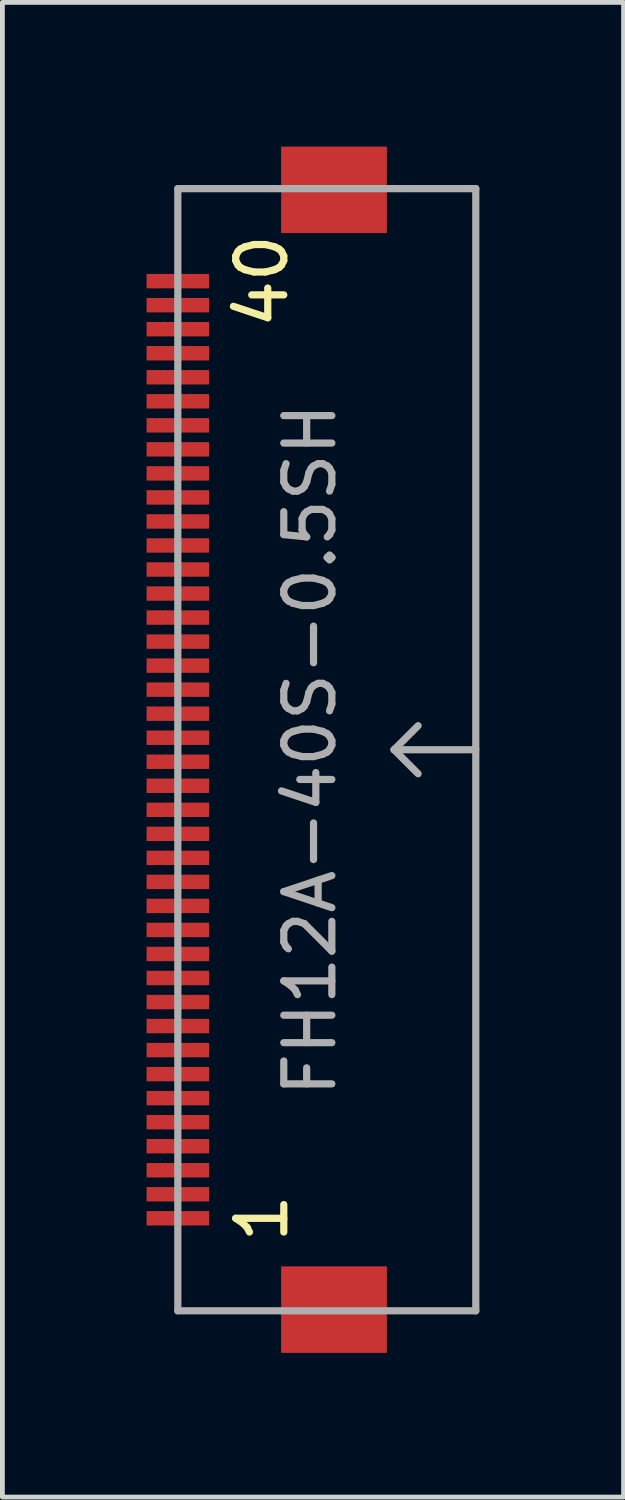
<source format=kicad_pcb>
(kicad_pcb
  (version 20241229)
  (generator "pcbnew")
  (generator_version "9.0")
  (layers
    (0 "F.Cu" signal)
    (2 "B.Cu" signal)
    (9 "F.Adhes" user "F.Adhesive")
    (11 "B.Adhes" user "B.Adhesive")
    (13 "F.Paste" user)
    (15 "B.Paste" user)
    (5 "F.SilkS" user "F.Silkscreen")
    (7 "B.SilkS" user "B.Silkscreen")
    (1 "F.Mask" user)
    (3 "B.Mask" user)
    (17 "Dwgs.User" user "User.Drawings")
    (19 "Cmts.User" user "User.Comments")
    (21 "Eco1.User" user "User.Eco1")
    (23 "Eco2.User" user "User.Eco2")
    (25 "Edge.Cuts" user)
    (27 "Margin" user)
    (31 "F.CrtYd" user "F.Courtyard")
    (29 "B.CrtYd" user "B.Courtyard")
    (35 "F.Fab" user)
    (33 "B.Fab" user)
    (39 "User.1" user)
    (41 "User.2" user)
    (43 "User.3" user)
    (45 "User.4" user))
  (footprint "FH12A-40S-0.5SH"
    (layer "F.Cu")
    (at 0.65 12.55)
    (property "Reference" "FH12A-40S-0.5SH" (at 2.75 0 270) (layer "F.Fab") (effects (font (size 1 1) (thickness 0.15))))
    (attr through_hole)
    (fp_line (start 0 -11.675) (end 0 11.675) (stroke (width 0.15) (type solid)) (layer "F.Fab"))
    (fp_line (start 4.5 0) (end 5 -0.5) (stroke (width 0.15) (type solid)) (layer "F.Fab"))
    (fp_line (start 4.5 0) (end 5 0.5) (stroke (width 0.15) (type solid)) (layer "F.Fab"))
    (fp_line (start 6.2 -11.675) (end 0 -11.675) (stroke (width 0.15) (type solid)) (layer "F.Fab"))
    (fp_line (start 6.2 0) (end 4.5 0) (stroke (width 0.15) (type solid)) (layer "F.Fab"))
    (fp_line (start 6.2 11.675) (end 0 11.675) (stroke (width 0.15) (type solid)) (layer "F.Fab"))
    (fp_line (start 6.2 11.675) (end 6.2 -11.675) (stroke (width 0.15) (type solid)) (layer "F.Fab"))
    (fp_text user "1" (at 1.75 9.75 90) (layer "F.SilkS") (effects (font (size 1 1) (thickness 0.15))))
    (fp_text user "40" (at 1.75 -9.75 90) (layer "F.SilkS") (effects (font (size 1 1) (thickness 0.15))))
    (pad "1" smd rect (at 0 9.75 270) (size 0.3 1.3) (layers "F.Cu" "F.Mask" "F.Paste"))
    (pad "2" smd rect (at 0 9.25 270) (size 0.3 1.3) (layers "F.Cu" "F.Mask" "F.Paste"))
    (pad "3" smd rect (at 0 8.75 270) (size 0.3 1.3) (layers "F.Cu" "F.Mask" "F.Paste"))
    (pad "4" smd rect (at 0 8.25 270) (size 0.3 1.3) (layers "F.Cu" "F.Mask" "F.Paste"))
    (pad "5" smd rect (at 0 7.75 270) (size 0.3 1.3) (layers "F.Cu" "F.Mask" "F.Paste"))
    (pad "6" smd rect (at 0 7.25 270) (size 0.3 1.3) (layers "F.Cu" "F.Mask" "F.Paste"))
    (pad "7" smd rect (at 0 6.75 270) (size 0.3 1.3) (layers "F.Cu" "F.Mask" "F.Paste"))
    (pad "8" smd rect (at 0 6.25 270) (size 0.3 1.3) (layers "F.Cu" "F.Mask" "F.Paste"))
    (pad "9" smd rect (at 0 5.75 270) (size 0.3 1.3) (layers "F.Cu" "F.Mask" "F.Paste"))
    (pad "10" smd rect (at 0 5.25 270) (size 0.3 1.3) (layers "F.Cu" "F.Mask" "F.Paste"))
    (pad "11" smd rect (at 0 4.75 270) (size 0.3 1.3) (layers "F.Cu" "F.Mask" "F.Paste"))
    (pad "12" smd rect (at 0 4.25 270) (size 0.3 1.3) (layers "F.Cu" "F.Mask" "F.Paste"))
    (pad "13" smd rect (at 0 3.75 270) (size 0.3 1.3) (layers "F.Cu" "F.Mask" "F.Paste"))
    (pad "14" smd rect (at 0 3.25 270) (size 0.3 1.3) (layers "F.Cu" "F.Mask" "F.Paste"))
    (pad "15" smd rect (at 0 2.75 270) (size 0.3 1.3) (layers "F.Cu" "F.Mask" "F.Paste"))
    (pad "16" smd rect (at 0 2.25 270) (size 0.3 1.3) (layers "F.Cu" "F.Mask" "F.Paste"))
    (pad "17" smd rect (at 0 1.75 270) (size 0.3 1.3) (layers "F.Cu" "F.Mask" "F.Paste"))
    (pad "18" smd rect (at 0 1.25 270) (size 0.3 1.3) (layers "F.Cu" "F.Mask" "F.Paste"))
    (pad "19" smd rect (at 0 0.75 270) (size 0.3 1.3) (layers "F.Cu" "F.Mask" "F.Paste"))
    (pad "20" smd rect (at 0 0.25 270) (size 0.3 1.3) (layers "F.Cu" "F.Mask" "F.Paste"))
    (pad "21" smd rect (at 0 -0.25 270) (size 0.3 1.3) (layers "F.Cu" "F.Mask" "F.Paste"))
    (pad "22" smd rect (at 0 -0.75 270) (size 0.3 1.3) (layers "F.Cu" "F.Mask" "F.Paste"))
    (pad "23" smd rect (at 0 -1.25 270) (size 0.3 1.3) (layers "F.Cu" "F.Mask" "F.Paste"))
    (pad "24" smd rect (at 0 -1.75 270) (size 0.3 1.3) (layers "F.Cu" "F.Mask" "F.Paste"))
    (pad "25" smd rect (at 0 -2.25 270) (size 0.3 1.3) (layers "F.Cu" "F.Mask" "F.Paste"))
    (pad "26" smd rect (at 0 -2.75 270) (size 0.3 1.3) (layers "F.Cu" "F.Mask" "F.Paste"))
    (pad "27" smd rect (at 0 -3.25 270) (size 0.3 1.3) (layers "F.Cu" "F.Mask" "F.Paste"))
    (pad "28" smd rect (at 0 -3.75 270) (size 0.3 1.3) (layers "F.Cu" "F.Mask" "F.Paste"))
    (pad "29" smd rect (at 0 -4.25 270) (size 0.3 1.3) (layers "F.Cu" "F.Mask" "F.Paste"))
    (pad "30" smd rect (at 0 -4.75 270) (size 0.3 1.3) (layers "F.Cu" "F.Mask" "F.Paste"))
    (pad "31" smd rect (at 0 -5.25 270) (size 0.3 1.3) (layers "F.Cu" "F.Mask" "F.Paste"))
    (pad "32" smd rect (at 0 -5.75 270) (size 0.3 1.3) (layers "F.Cu" "F.Mask" "F.Paste"))
    (pad "33" smd rect (at 0 -6.25 270) (size 0.3 1.3) (layers "F.Cu" "F.Mask" "F.Paste"))
    (pad "34" smd rect (at 0 -6.75 270) (size 0.3 1.3) (layers "F.Cu" "F.Mask" "F.Paste"))
    (pad "35" smd rect (at 0 -7.25 270) (size 0.3 1.3) (layers "F.Cu" "F.Mask" "F.Paste"))
    (pad "36" smd rect (at 0 -7.75 270) (size 0.3 1.3) (layers "F.Cu" "F.Mask" "F.Paste"))
    (pad "37" smd rect (at 0 -8.25 270) (size 0.3 1.3) (layers "F.Cu" "F.Mask" "F.Paste"))
    (pad "38" smd rect (at 0 -8.75 270) (size 0.3 1.3) (layers "F.Cu" "F.Mask" "F.Paste"))
    (pad "39" smd rect (at 0 -9.25 270) (size 0.3 1.3) (layers "F.Cu" "F.Mask" "F.Paste"))
    (pad "40" smd rect (at 0 -9.75 270) (size 0.3 1.3) (layers "F.Cu" "F.Mask" "F.Paste"))
    (pad "M1" smd rect (at 3.25 -11.65 270) (size 1.8 2.2) (layers "F.Cu" "F.Mask" "F.Paste"))
    (pad "M2" smd rect (at 3.25 11.65 270) (size 1.8 2.2) (layers "F.Cu" "F.Mask" "F.Paste")))
  (gr_rect
    (start -3 -3)
    (end 9.925 28.1)
    (stroke (width 0.1) (type default))
    (fill no)
    (layer "Edge.Cuts")))
</source>
